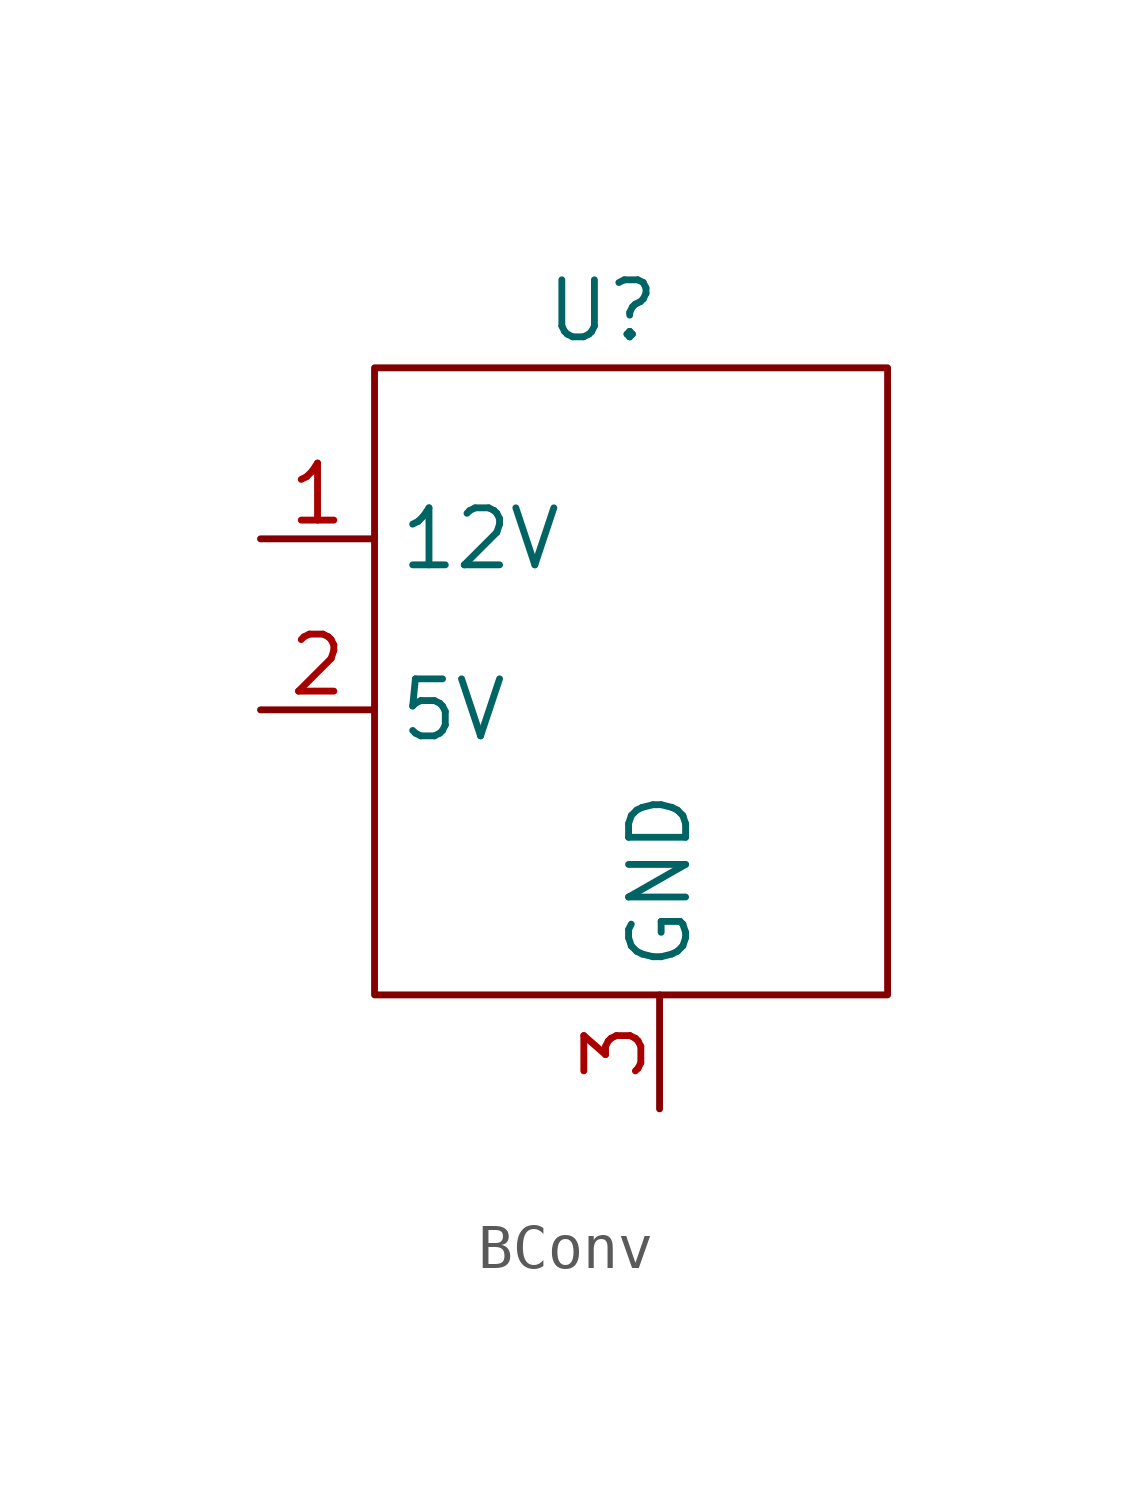
<source format=kicad_sym>
(kicad_symbol_lib
  (version 20231120)
  (generator "kicad_symbol_editor")
  (generator_version "8.0")
  (symbol "BConv"
    (property "Reference" "U"
      (at 0 0 0)
      (effects (font (size 1.27 1.27))))
    (property "Value" ""
      (at 0 0 0)
      (effects (font (size 1.27 1.27))))
    (symbol "BConv_0_1"
      (rectangle (start -5.08 -1.27) (end 6.35 -15.24) (stroke (width 0) (type default)) (fill (type none))))
    (symbol "BConv_1_1"
      (pin power_in line (at -7.62 -5.08 0) (length 2.54) (name "12V" (effects (font (size 1.27 1.27)))) (number "1" (effects (font (size 1.27 1.27)))))
      (pin power_out line (at -7.62 -8.89 0) (length 2.54) (name "5V" (effects (font (size 1.27 1.27)))) (number "2" (effects (font (size 1.27 1.27)))))
      (pin power_in line (at 1.27 -17.78 90) (length 2.54) (name "GND" (effects (font (size 1.27 1.27)))) (number "3" (effects (font (size 1.27 1.27))))))))
</source>
